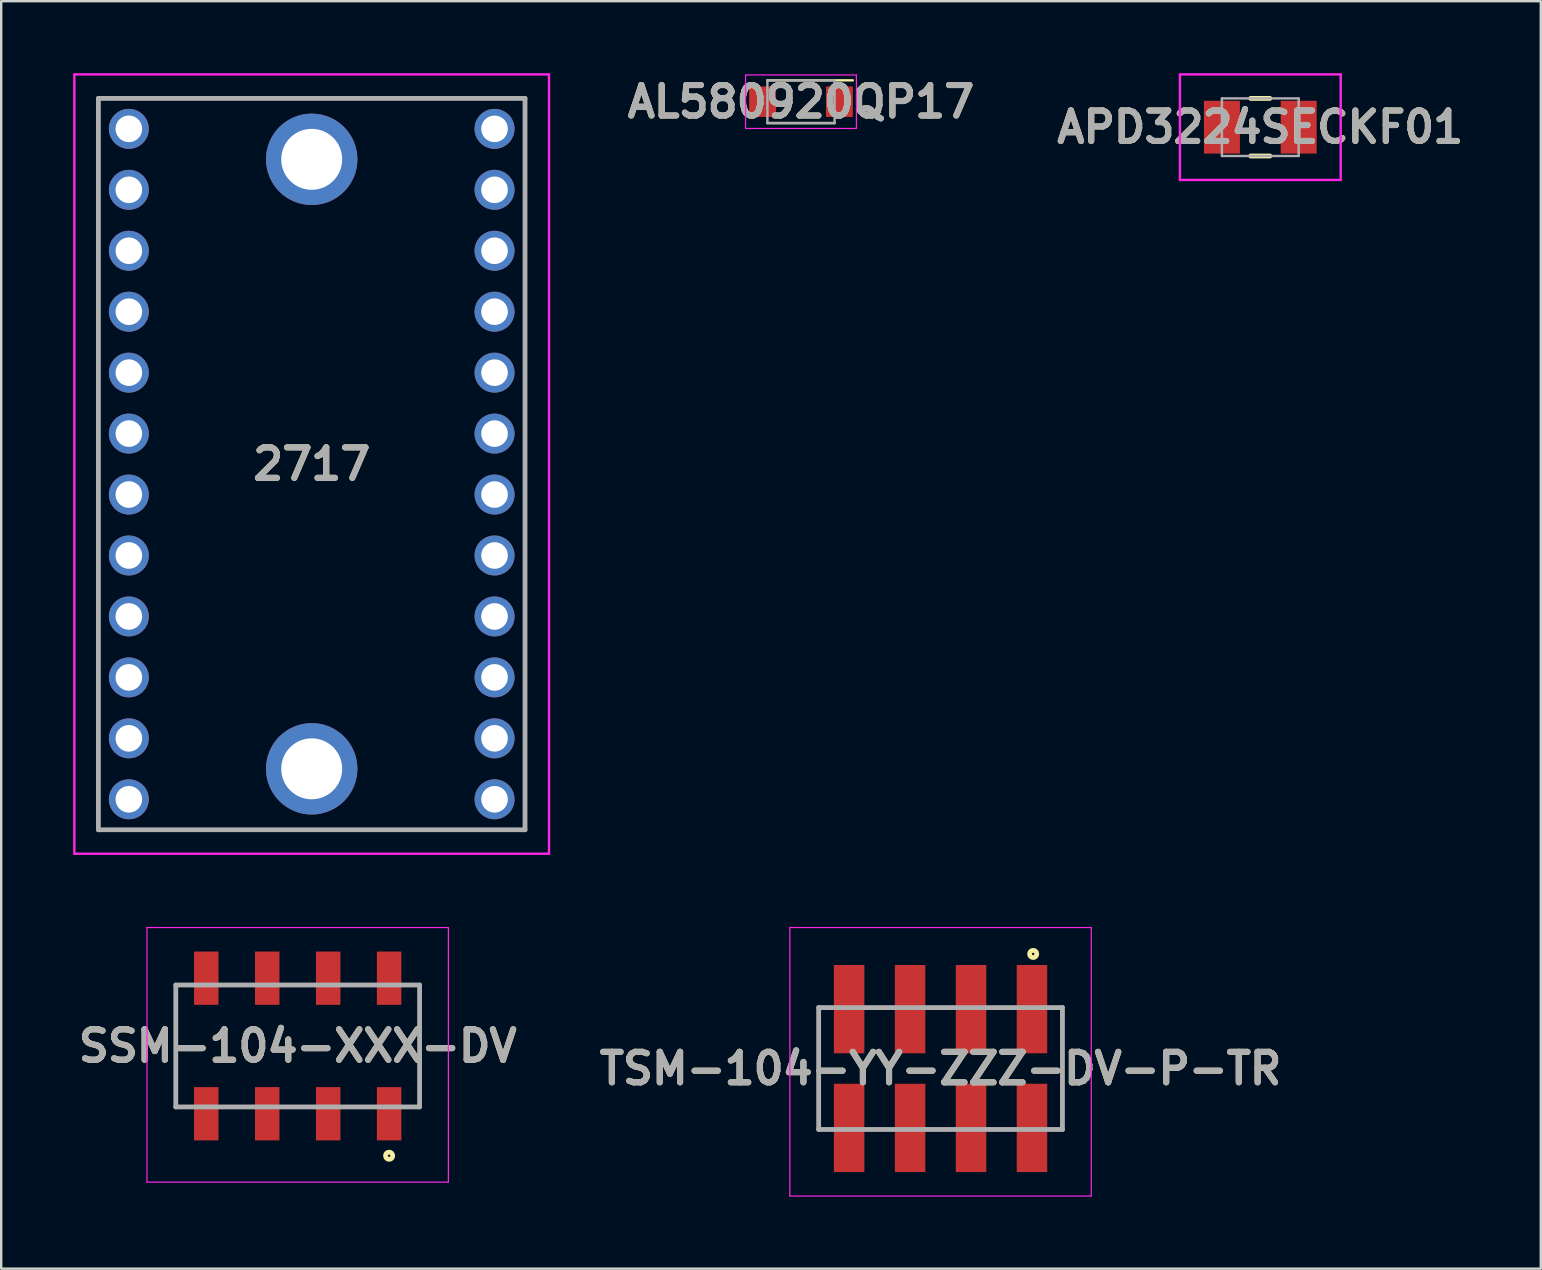
<source format=kicad_pcb>
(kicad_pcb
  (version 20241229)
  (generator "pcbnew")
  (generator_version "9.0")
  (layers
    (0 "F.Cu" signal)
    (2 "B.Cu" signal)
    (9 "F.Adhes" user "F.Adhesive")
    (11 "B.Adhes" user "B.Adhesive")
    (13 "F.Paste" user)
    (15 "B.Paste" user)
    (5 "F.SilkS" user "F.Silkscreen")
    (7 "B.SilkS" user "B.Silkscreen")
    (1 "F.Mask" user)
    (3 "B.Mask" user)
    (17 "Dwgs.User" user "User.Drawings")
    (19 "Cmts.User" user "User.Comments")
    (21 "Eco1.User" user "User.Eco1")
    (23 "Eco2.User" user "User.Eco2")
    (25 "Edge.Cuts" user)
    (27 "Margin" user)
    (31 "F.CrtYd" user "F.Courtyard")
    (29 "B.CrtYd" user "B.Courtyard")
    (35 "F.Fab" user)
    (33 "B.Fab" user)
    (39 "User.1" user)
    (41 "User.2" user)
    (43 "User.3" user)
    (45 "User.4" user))
  (footprint "AL580920QP17"
    (layer "F.Cu")
    (at 30.331 1.189)
    (property "Reference" "AL580920QP17" (at 0 0 0) (layer "F.SilkS") (effects (font (size 1.27 1.27) (thickness 0.254))))
    (attr smd)
    (fp_line (start -1.4 0.89) (end 1.4 0.89) (stroke (width 0.1) (type solid)) (layer "F.SilkS"))
    (fp_line (start 2.16 -0.89) (end -1.4 -0.89) (stroke (width 0.1) (type solid)) (layer "F.SilkS"))
    (fp_line (start -2.31 -1.115) (end 2.31 -1.115) (stroke (width 0.05) (type solid)) (layer "F.CrtYd"))
    (fp_line (start -2.31 1.115) (end -2.31 -1.115) (stroke (width 0.05) (type solid)) (layer "F.CrtYd"))
    (fp_line (start 2.31 -1.115) (end 2.31 1.115) (stroke (width 0.05) (type solid)) (layer "F.CrtYd"))
    (fp_line (start 2.31 1.115) (end -2.31 1.115) (stroke (width 0.05) (type solid)) (layer "F.CrtYd"))
    (fp_line (start -1.4 -0.89) (end 1.4 -0.89) (stroke (width 0.1) (type solid)) (layer "F.Fab"))
    (fp_line (start -1.4 0.89) (end -1.4 -0.89) (stroke (width 0.1) (type solid)) (layer "F.Fab"))
    (fp_line (start 1.4 -0.89) (end 1.4 0.89) (stroke (width 0.1) (type solid)) (layer "F.Fab"))
    (fp_line (start 1.4 0.89) (end -1.4 0.89) (stroke (width 0.1) (type solid)) (layer "F.Fab"))
    (fp_text user "${REFERENCE}" (at 0 0 0) (layer "F.Fab") (effects (font (size 1.27 1.27) (thickness 0.254))))
    (pad "1" smd rect (at 1.6 0) (size 1.12 1.27) (layers "F.Cu" "F.Mask" "F.Paste"))
    (pad "2" smd rect (at -1.6 0) (size 1.12 1.27) (layers "F.Cu" "F.Mask" "F.Paste")))
  (footprint "2717"
    (layer "F.Cu")
    (at 9.94 16.29)
    (property "Reference" "2717" (at 0 0 0) (layer "F.SilkS") (effects (font (size 1.27 1.27) (thickness 0.254))))
    (attr through_hole)
    (fp_line (start -8.89 -15.24) (end 8.89 -15.24) (stroke (width 0.1) (type solid)) (layer "F.SilkS"))
    (fp_line (start -8.89 15.24) (end -8.89 -15.24) (stroke (width 0.1) (type solid)) (layer "F.SilkS"))
    (fp_line (start 8.89 -15.24) (end 8.89 15.24) (stroke (width 0.1) (type solid)) (layer "F.SilkS"))
    (fp_line (start 8.89 15.24) (end -8.89 15.24) (stroke (width 0.1) (type solid)) (layer "F.SilkS"))
    (fp_line (start -9.89 -16.24) (end 9.89 -16.24) (stroke (width 0.1) (type solid)) (layer "F.CrtYd"))
    (fp_line (start -9.89 16.24) (end -9.89 -16.24) (stroke (width 0.1) (type solid)) (layer "F.CrtYd"))
    (fp_line (start 9.89 -16.24) (end 9.89 16.24) (stroke (width 0.1) (type solid)) (layer "F.CrtYd"))
    (fp_line (start 9.89 16.24) (end -9.89 16.24) (stroke (width 0.1) (type solid)) (layer "F.CrtYd"))
    (fp_line (start -8.89 -15.24) (end 8.89 -15.24) (stroke (width 0.2) (type solid)) (layer "F.Fab"))
    (fp_line (start -8.89 15.24) (end -8.89 -15.24) (stroke (width 0.2) (type solid)) (layer "F.Fab"))
    (fp_line (start 8.89 -15.24) (end 8.89 15.24) (stroke (width 0.2) (type solid)) (layer "F.Fab"))
    (fp_line (start 8.89 15.24) (end -8.89 15.24) (stroke (width 0.2) (type solid)) (layer "F.Fab"))
    (fp_text user "${REFERENCE}" (at 0 0 0) (layer "F.Fab") (effects (font (size 1.27 1.27) (thickness 0.254))))
    (pad "1" thru_hole circle (at -7.62 -13.97) (size 1.665 1.665) (drill 1.11) (layers "*.Cu" "*.Mask"))
    (pad "2" thru_hole circle (at -7.62 -11.43) (size 1.665 1.665) (drill 1.11) (layers "*.Cu" "*.Mask"))
    (pad "3" thru_hole circle (at -7.62 -8.89) (size 1.665 1.665) (drill 1.11) (layers "*.Cu" "*.Mask"))
    (pad "4" thru_hole circle (at -7.62 -6.35) (size 1.665 1.665) (drill 1.11) (layers "*.Cu" "*.Mask"))
    (pad "5" thru_hole circle (at -7.62 -3.81) (size 1.665 1.665) (drill 1.11) (layers "*.Cu" "*.Mask"))
    (pad "6" thru_hole circle (at -7.62 -1.27) (size 1.665 1.665) (drill 1.11) (layers "*.Cu" "*.Mask"))
    (pad "7" thru_hole circle (at -7.62 1.27) (size 1.665 1.665) (drill 1.11) (layers "*.Cu" "*.Mask"))
    (pad "8" thru_hole circle (at -7.62 3.81) (size 1.665 1.665) (drill 1.11) (layers "*.Cu" "*.Mask"))
    (pad "9" thru_hole circle (at -7.62 6.35) (size 1.665 1.665) (drill 1.11) (layers "*.Cu" "*.Mask"))
    (pad "10" thru_hole circle (at -7.62 8.89) (size 1.665 1.665) (drill 1.11) (layers "*.Cu" "*.Mask"))
    (pad "11" thru_hole circle (at -7.62 11.43) (size 1.665 1.665) (drill 1.11) (layers "*.Cu" "*.Mask"))
    (pad "12" thru_hole circle (at -7.62 13.97) (size 1.665 1.665) (drill 1.11) (layers "*.Cu" "*.Mask"))
    (pad "13" thru_hole circle (at 7.62 13.97) (size 1.665 1.665) (drill 1.11) (layers "*.Cu" "*.Mask"))
    (pad "14" thru_hole circle (at 7.62 11.43) (size 1.665 1.665) (drill 1.11) (layers "*.Cu" "*.Mask"))
    (pad "15" thru_hole circle (at 7.62 8.89) (size 1.665 1.665) (drill 1.11) (layers "*.Cu" "*.Mask"))
    (pad "16" thru_hole circle (at 7.62 6.35) (size 1.665 1.665) (drill 1.11) (layers "*.Cu" "*.Mask"))
    (pad "17" thru_hole circle (at 7.62 3.81) (size 1.665 1.665) (drill 1.11) (layers "*.Cu" "*.Mask"))
    (pad "18" thru_hole circle (at 7.62 1.27) (size 1.665 1.665) (drill 1.11) (layers "*.Cu" "*.Mask"))
    (pad "19" thru_hole circle (at 7.62 -1.27) (size 1.665 1.665) (drill 1.11) (layers "*.Cu" "*.Mask"))
    (pad "20" thru_hole circle (at 7.62 -3.81) (size 1.665 1.665) (drill 1.11) (layers "*.Cu" "*.Mask"))
    (pad "21" thru_hole circle (at 7.62 -6.35) (size 1.665 1.665) (drill 1.11) (layers "*.Cu" "*.Mask"))
    (pad "22" thru_hole circle (at 7.62 -8.89) (size 1.665 1.665) (drill 1.11) (layers "*.Cu" "*.Mask"))
    (pad "23" thru_hole circle (at 7.62 -11.43) (size 1.665 1.665) (drill 1.11) (layers "*.Cu" "*.Mask"))
    (pad "24" thru_hole circle (at 7.62 -13.97) (size 1.665 1.665) (drill 1.11) (layers "*.Cu" "*.Mask"))
    (pad "25" thru_hole circle (at 0 -12.7) (size 3.81 3.81) (drill 2.54) (layers "*.Cu" "*.Mask"))
    (pad "26" thru_hole circle (at 0 12.7) (size 3.81 3.81) (drill 2.54) (layers "*.Cu" "*.Mask")))
  (footprint "SSM-104-XXX-DV"
    (layer "F.Cu")
    (at 9.356 40.54)
    (property "Reference" "SSM-104-XXX-DV" (at 0 0 0) (layer "F.SilkS") (effects (font (size 1.27 1.27) (thickness 0.254))))
    (attr smd)
    (fp_line (start -5.08 2.54) (end -5.08 -2.54) (stroke (width 0.1) (type solid)) (layer "F.SilkS"))
    (fp_line (start 5.08 -2.54) (end 5.08 2.54) (stroke (width 0.1) (type solid)) (layer "F.SilkS"))
    (fp_circle (center 3.81 4.575) (end 3.81 4.625) (stroke (width 0.2) (type solid)) (fill no) (layer "F.SilkS"))
    (fp_line (start -6.28 -4.935) (end 6.28 -4.935) (stroke (width 0.05) (type solid)) (layer "F.CrtYd"))
    (fp_line (start -6.28 5.675) (end -6.28 -4.935) (stroke (width 0.05) (type solid)) (layer "F.CrtYd"))
    (fp_line (start 6.28 -4.935) (end 6.28 5.675) (stroke (width 0.05) (type solid)) (layer "F.CrtYd"))
    (fp_line (start 6.28 5.675) (end -6.28 5.675) (stroke (width 0.05) (type solid)) (layer "F.CrtYd"))
    (fp_line (start -5.08 -2.54) (end 5.08 -2.54) (stroke (width 0.2) (type solid)) (layer "F.Fab"))
    (fp_line (start -5.08 2.54) (end -5.08 -2.54) (stroke (width 0.2) (type solid)) (layer "F.Fab"))
    (fp_line (start 5.08 -2.54) (end 5.08 2.54) (stroke (width 0.2) (type solid)) (layer "F.Fab"))
    (fp_line (start 5.08 2.54) (end -5.08 2.54) (stroke (width 0.2) (type solid)) (layer "F.Fab"))
    (fp_text user "${REFERENCE}" (at 0 0 0) (layer "F.Fab") (effects (font (size 1.27 1.27) (thickness 0.254))))
    (pad "1" smd rect (at 3.81 2.825) (size 1.02 2.22) (layers "F.Cu" "F.Mask" "F.Paste"))
    (pad "2" smd rect (at 3.81 -2.825) (size 1.02 2.22) (layers "F.Cu" "F.Mask" "F.Paste"))
    (pad "3" smd rect (at 1.27 2.825) (size 1.02 2.22) (layers "F.Cu" "F.Mask" "F.Paste"))
    (pad "4" smd rect (at 1.27 -2.825) (size 1.02 2.22) (layers "F.Cu" "F.Mask" "F.Paste"))
    (pad "5" smd rect (at -1.27 2.825) (size 1.02 2.22) (layers "F.Cu" "F.Mask" "F.Paste"))
    (pad "6" smd rect (at -1.27 -2.825) (size 1.02 2.22) (layers "F.Cu" "F.Mask" "F.Paste"))
    (pad "7" smd rect (at -3.81 2.825) (size 1.02 2.22) (layers "F.Cu" "F.Mask" "F.Paste"))
    (pad "8" smd rect (at -3.81 -2.825) (size 1.02 2.22) (layers "F.Cu" "F.Mask" "F.Paste")))
  (footprint "TSM-104-YY-ZZZ-DV-P-TR"
    (layer "F.Cu")
    (at 36.147 41.48)
    (property "Reference" "TSM-104-YY-ZZZ-DV-P-TR" (at 0 0 0) (layer "F.SilkS") (effects (font (size 1.27 1.27) (thickness 0.254))))
    (attr smd)
    (fp_line (start -5.08 2.54) (end -5.08 -2.54) (stroke (width 0.1) (type solid)) (layer "F.SilkS"))
    (fp_line (start 5.08 -2.54) (end 5.08 2.54) (stroke (width 0.1) (type solid)) (layer "F.SilkS"))
    (fp_circle (center 3.86 -4.775) (end 3.86 -4.725) (stroke (width 0.2) (type solid)) (fill no) (layer "F.SilkS"))
    (fp_line (start -6.28 -5.875) (end 6.28 -5.875) (stroke (width 0.05) (type solid)) (layer "F.CrtYd"))
    (fp_line (start -6.28 5.315) (end -6.28 -5.875) (stroke (width 0.05) (type solid)) (layer "F.CrtYd"))
    (fp_line (start 6.28 -5.875) (end 6.28 5.315) (stroke (width 0.05) (type solid)) (layer "F.CrtYd"))
    (fp_line (start 6.28 5.315) (end -6.28 5.315) (stroke (width 0.05) (type solid)) (layer "F.CrtYd"))
    (fp_line (start -5.08 -2.54) (end 5.08 -2.54) (stroke (width 0.2) (type solid)) (layer "F.Fab"))
    (fp_line (start -5.08 2.54) (end -5.08 -2.54) (stroke (width 0.2) (type solid)) (layer "F.Fab"))
    (fp_line (start 5.08 -2.54) (end 5.08 2.54) (stroke (width 0.2) (type solid)) (layer "F.Fab"))
    (fp_line (start 5.08 2.54) (end -5.08 2.54) (stroke (width 0.2) (type solid)) (layer "F.Fab"))
    (fp_text user "${REFERENCE}" (at 0 0 0) (layer "F.Fab") (effects (font (size 1.27 1.27) (thickness 0.254))))
    (pad "1" smd rect (at 3.81 -2.475) (size 1.27 3.68) (layers "F.Cu" "F.Mask" "F.Paste"))
    (pad "2" smd rect (at 3.81 2.475) (size 1.27 3.68) (layers "F.Cu" "F.Mask" "F.Paste"))
    (pad "3" smd rect (at 1.27 -2.475) (size 1.27 3.68) (layers "F.Cu" "F.Mask" "F.Paste"))
    (pad "4" smd rect (at 1.27 2.475) (size 1.27 3.68) (layers "F.Cu" "F.Mask" "F.Paste"))
    (pad "5" smd rect (at -1.27 -2.475) (size 1.27 3.68) (layers "F.Cu" "F.Mask" "F.Paste"))
    (pad "6" smd rect (at -1.27 2.475) (size 1.27 3.68) (layers "F.Cu" "F.Mask" "F.Paste"))
    (pad "7" smd rect (at -3.81 -2.475) (size 1.27 3.68) (layers "F.Cu" "F.Mask" "F.Paste"))
    (pad "8" smd rect (at -3.81 2.475) (size 1.27 3.68) (layers "F.Cu" "F.Mask" "F.Paste")))
  (footprint "APD3224SECKF01"
    (layer "F.Cu")
    (at 49.472 2.25)
    (property "Reference" "APD3224SECKF01" (at 0 0 0) (layer "F.SilkS") (effects (font (size 1.27 1.27) (thickness 0.254))))
    (attr smd)
    (fp_line (start -2.9 0) (end -2.9 0) (stroke (width 0.1) (type solid)) (layer "F.SilkS"))
    (fp_line (start -2.8 0) (end -2.8 0) (stroke (width 0.1) (type solid)) (layer "F.SilkS"))
    (fp_line (start -0.4 -1.2) (end 0.4 -1.2) (stroke (width 0.2) (type solid)) (layer "F.SilkS"))
    (fp_line (start -0.4 1.2) (end 0.4 1.2) (stroke (width 0.2) (type solid)) (layer "F.SilkS"))
    (fp_arc (start -2.9 0) (mid -2.85 -0.05) (end -2.8 0) (stroke (width 0.1) (type solid)) (layer "F.SilkS"))
    (fp_arc (start -2.8 0) (mid -2.85 0.05) (end -2.9 0) (stroke (width 0.1) (type solid)) (layer "F.SilkS"))
    (fp_line (start -3.35 -2.2) (end 3.35 -2.2) (stroke (width 0.1) (type solid)) (layer "F.CrtYd"))
    (fp_line (start -3.35 2.2) (end -3.35 -2.2) (stroke (width 0.1) (type solid)) (layer "F.CrtYd"))
    (fp_line (start 3.35 -2.2) (end 3.35 2.2) (stroke (width 0.1) (type solid)) (layer "F.CrtYd"))
    (fp_line (start 3.35 2.2) (end -3.35 2.2) (stroke (width 0.1) (type solid)) (layer "F.CrtYd"))
    (fp_line (start -1.6 -1.2) (end 1.6 -1.2) (stroke (width 0.1) (type solid)) (layer "F.Fab"))
    (fp_line (start -1.6 1.2) (end -1.6 -1.2) (stroke (width 0.1) (type solid)) (layer "F.Fab"))
    (fp_line (start 1.6 -1.2) (end 1.6 1.2) (stroke (width 0.1) (type solid)) (layer "F.Fab"))
    (fp_line (start 1.6 1.2) (end -1.6 1.2) (stroke (width 0.1) (type solid)) (layer "F.Fab"))
    (fp_text user "${REFERENCE}" (at 0 0 0) (layer "F.Fab") (effects (font (size 1.27 1.27) (thickness 0.254))))
    (pad "1" smd rect (at -1.6 0) (size 1.5 2.2) (layers "F.Cu" "F.Mask" "F.Paste"))
    (pad "2" smd rect (at 1.6 0) (size 1.5 2.2) (layers "F.Cu" "F.Mask" "F.Paste")))
  (gr_rect
    (start -3 -3)
    (end 61.162 49.82)
    (stroke (width 0.1) (type default))
    (fill no)
    (layer "Edge.Cuts")))
</source>
